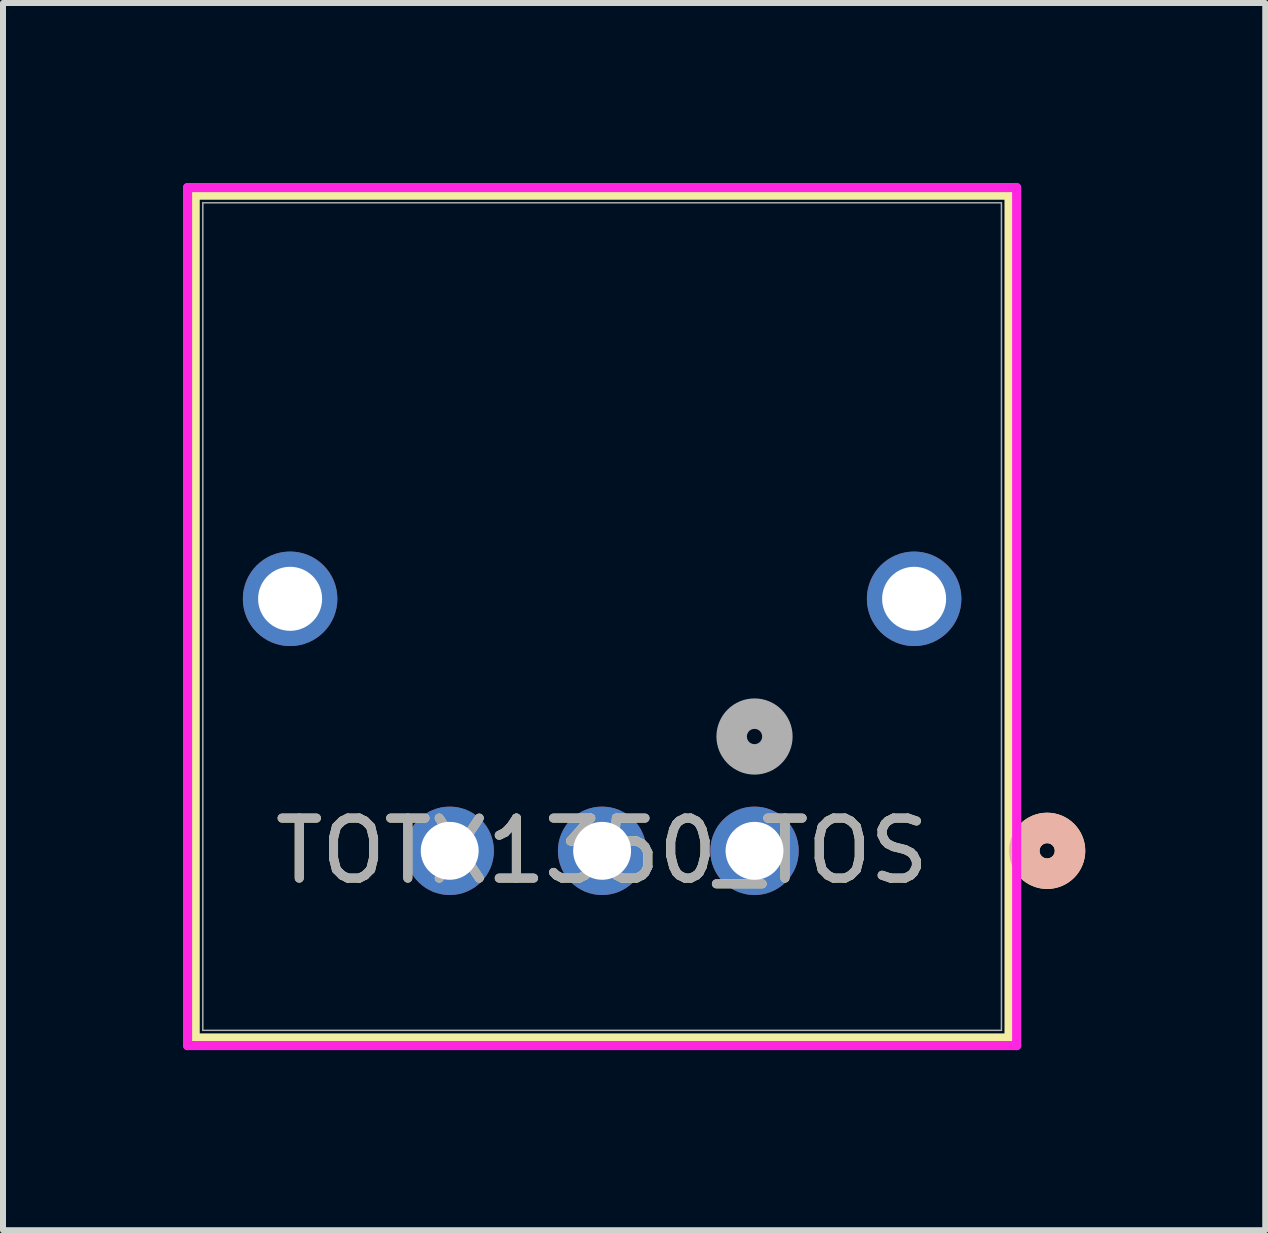
<source format=kicad_pcb>
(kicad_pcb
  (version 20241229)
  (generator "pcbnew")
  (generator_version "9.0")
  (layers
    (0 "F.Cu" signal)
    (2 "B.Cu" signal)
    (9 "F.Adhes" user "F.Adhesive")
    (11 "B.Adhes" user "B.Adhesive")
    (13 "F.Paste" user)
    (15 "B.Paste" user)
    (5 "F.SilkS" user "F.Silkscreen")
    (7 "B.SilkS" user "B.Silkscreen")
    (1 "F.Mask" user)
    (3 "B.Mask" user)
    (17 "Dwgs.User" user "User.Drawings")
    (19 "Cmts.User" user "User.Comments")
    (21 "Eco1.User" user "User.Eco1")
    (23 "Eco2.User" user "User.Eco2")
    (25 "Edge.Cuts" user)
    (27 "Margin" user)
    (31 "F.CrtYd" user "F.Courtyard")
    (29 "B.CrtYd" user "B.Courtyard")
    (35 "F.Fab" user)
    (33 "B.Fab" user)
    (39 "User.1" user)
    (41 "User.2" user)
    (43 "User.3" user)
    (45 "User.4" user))
  (footprint "TOTX1350_TOS"
    (layer "F.Cu")
    (at 9.525 11.13)
    (property "Reference" "TOTX1350_TOS" (at -2.54 0 0) (unlocked yes) (layer "F.SilkS") (effects (font (size 1 1) (thickness 0.15))))
    (attr through_hole)
    (fp_line (start -9.322 -10.927) (end -9.322 3.119) (stroke (width 0.152) (type solid)) (layer "F.SilkS"))
    (fp_line (start -9.322 3.119) (end 4.242 3.119) (stroke (width 0.152) (type solid)) (layer "F.SilkS"))
    (fp_line (start 4.242 -10.927) (end -9.322 -10.927) (stroke (width 0.152) (type solid)) (layer "F.SilkS"))
    (fp_line (start 4.242 3.119) (end 4.242 -10.927) (stroke (width 0.152) (type solid)) (layer "F.SilkS"))
    (fp_circle (center 4.877 0) (end 5.258 0) (stroke (width 0.508) (type solid)) (fill no) (layer "F.SilkS"))
    (fp_circle (center 4.877 0) (end 5.258 0) (stroke (width 0.508) (type solid)) (fill no) (layer "B.SilkS"))
    (fp_line (start -9.449 -11.054) (end -9.449 3.246) (stroke (width 0.152) (type solid)) (layer "F.CrtYd"))
    (fp_line (start -9.449 3.246) (end 4.369 3.246) (stroke (width 0.152) (type solid)) (layer "F.CrtYd"))
    (fp_line (start 4.369 -11.054) (end -9.449 -11.054) (stroke (width 0.152) (type solid)) (layer "F.CrtYd"))
    (fp_line (start 4.369 3.246) (end 4.369 -11.054) (stroke (width 0.152) (type solid)) (layer "F.CrtYd"))
    (fp_line (start -9.195 -10.8) (end -9.195 2.992) (stroke (width 0.025) (type solid)) (layer "F.Fab"))
    (fp_line (start -9.195 2.992) (end 4.115 2.992) (stroke (width 0.025) (type solid)) (layer "F.Fab"))
    (fp_line (start 4.115 -10.8) (end -9.195 -10.8) (stroke (width 0.025) (type solid)) (layer "F.Fab"))
    (fp_line (start 4.115 2.992) (end 4.115 -10.8) (stroke (width 0.025) (type solid)) (layer "F.Fab"))
    (fp_circle (center 0 -1.905) (end 0.381 -1.905) (stroke (width 0.508) (type solid)) (fill no) (layer "F.Fab"))
    (fp_text user "${REFERENCE}" (at -2.54 0 0) (unlocked yes) (layer "F.Fab") (effects (font (size 1 1) (thickness 0.15))))
    (pad "1" thru_hole circle (at 0 0) (size 1.473 1.473) (drill 0.965) (layers "*.Cu" "*.Mask"))
    (pad "2" thru_hole circle (at -2.54 0) (size 1.473 1.473) (drill 0.965) (layers "*.Cu" "*.Mask"))
    (pad "3" thru_hole circle (at -5.08 0) (size 1.473 1.473) (drill 0.965) (layers "*.Cu" "*.Mask"))
    (pad "4" thru_hole circle (at -7.74 -4.2) (size 1.575 1.575) (drill 1.067) (layers "*.Cu" "*.Mask"))
    (pad "5" thru_hole circle (at 2.66 -4.2) (size 1.575 1.575) (drill 1.067) (layers "*.Cu" "*.Mask")))
  (gr_rect
    (start -3 -3)
    (end 18.037 17.453)
    (stroke (width 0.1) (type default))
    (fill no)
    (layer "Edge.Cuts")))
</source>
